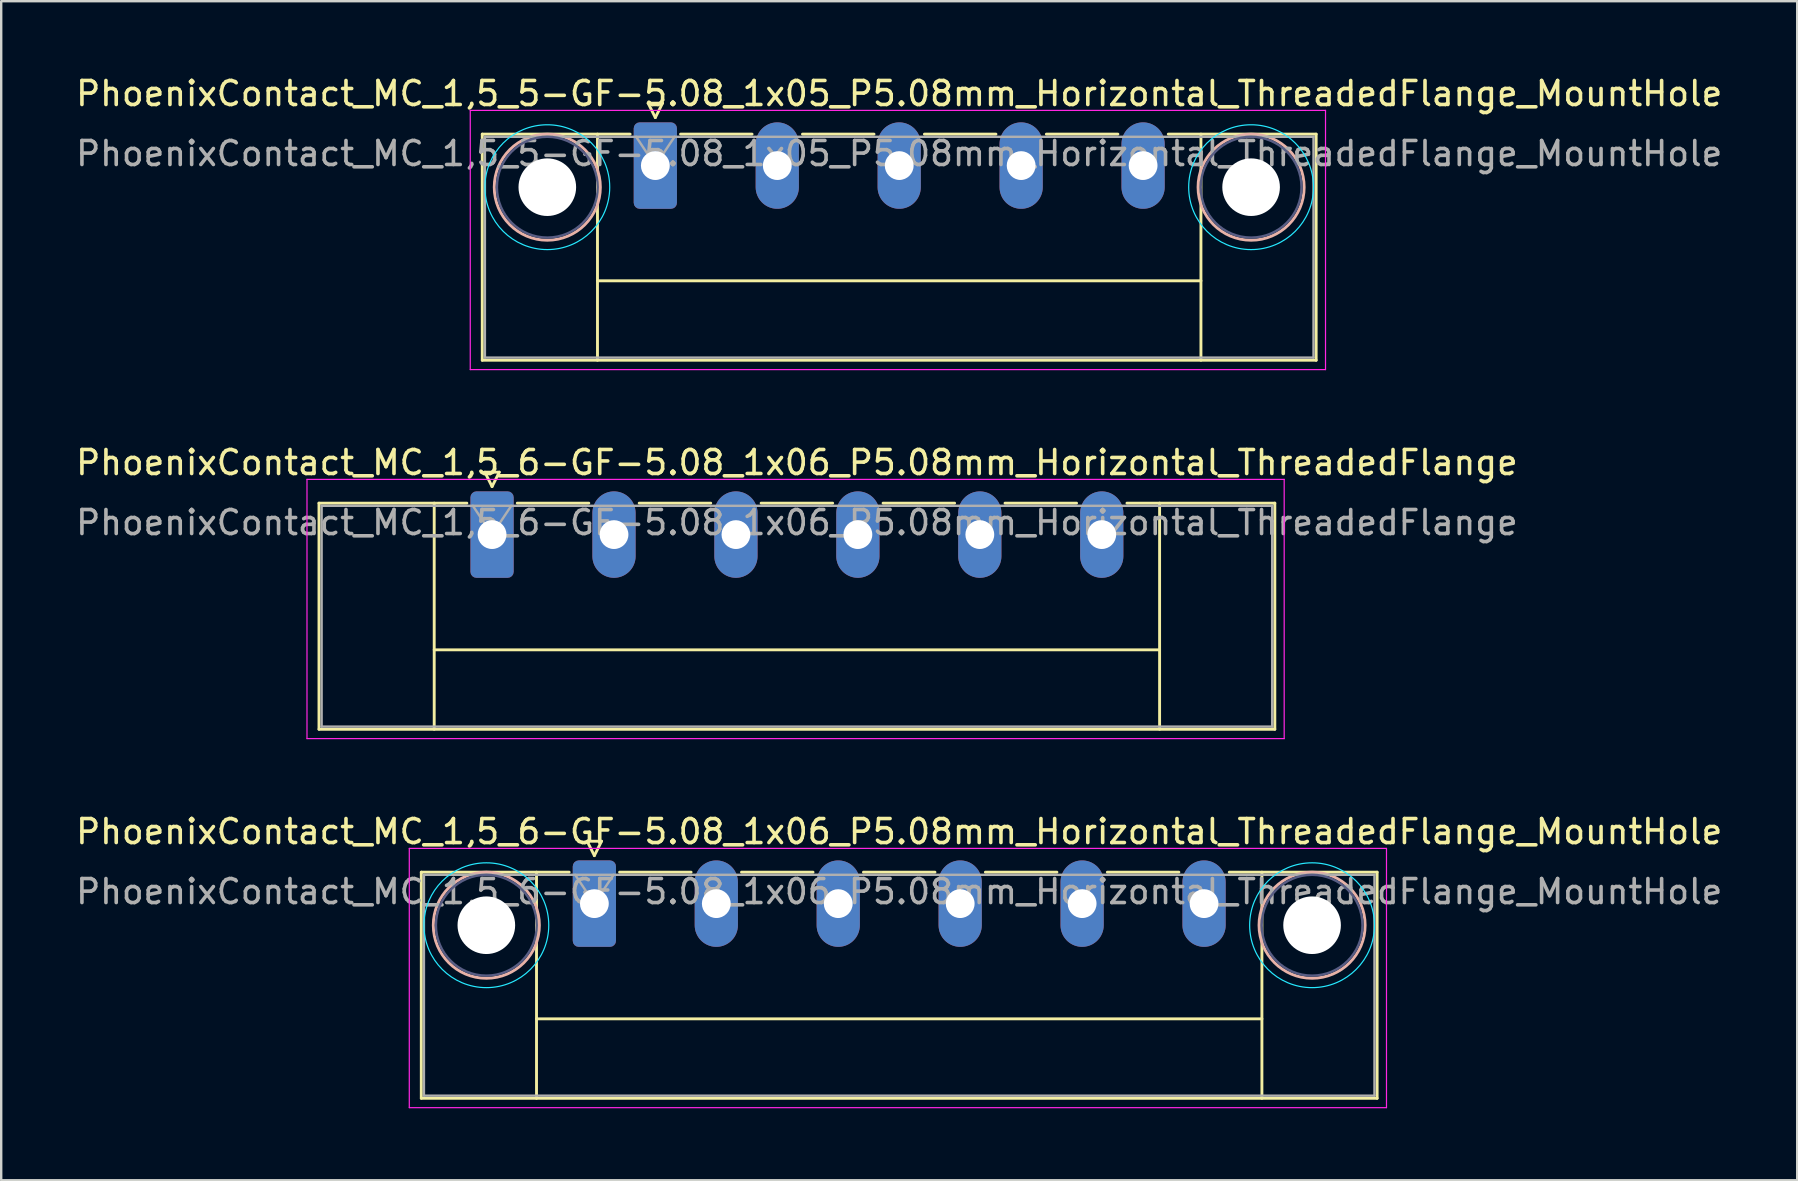
<source format=kicad_pcb>
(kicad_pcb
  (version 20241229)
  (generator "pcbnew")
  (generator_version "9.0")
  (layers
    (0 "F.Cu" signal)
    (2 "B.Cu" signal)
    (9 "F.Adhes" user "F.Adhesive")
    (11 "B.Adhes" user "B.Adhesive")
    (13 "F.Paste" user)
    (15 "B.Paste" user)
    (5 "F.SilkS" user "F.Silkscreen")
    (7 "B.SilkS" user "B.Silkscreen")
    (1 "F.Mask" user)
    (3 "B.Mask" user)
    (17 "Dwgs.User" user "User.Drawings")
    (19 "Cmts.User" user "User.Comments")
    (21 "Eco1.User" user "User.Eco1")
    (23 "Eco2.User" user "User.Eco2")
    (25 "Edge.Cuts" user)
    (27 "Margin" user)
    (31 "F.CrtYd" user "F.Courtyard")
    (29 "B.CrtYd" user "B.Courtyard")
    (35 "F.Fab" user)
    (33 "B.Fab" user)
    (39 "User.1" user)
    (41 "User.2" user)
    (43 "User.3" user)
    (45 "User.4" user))
  (footprint "PhoenixContact_MC_1,5_6-GF-5.08_1x06_P5.08mm_Horizontal_ThreadedFlange_MountHole"
    (layer "F.Cu")
    (at 21.711 34.595)
    (property "Reference" "PhoenixContact_MC_1,5_6-GF-5.08_1x06_P5.08mm_Horizontal_ThreadedFlange_MountHole" (at 12.7 -3 0) (layer "F.SilkS") (effects (font (size 1 1) (thickness 0.15))))
    (attr through_hole)
    (fp_line (start -7.21 -1.31) (end -7.21 8.11) (stroke (width 0.12) (type solid)) (layer "F.SilkS"))
    (fp_line (start -7.21 -1.31) (end -1.05 -1.31) (stroke (width 0.12) (type solid)) (layer "F.SilkS"))
    (fp_line (start -7.21 8.11) (end 32.61 8.11) (stroke (width 0.12) (type solid)) (layer "F.SilkS"))
    (fp_line (start -2.41 -1.31) (end -2.41 8.11) (stroke (width 0.12) (type solid)) (layer "F.SilkS"))
    (fp_line (start -2.41 4.8) (end 27.81 4.8) (stroke (width 0.12) (type solid)) (layer "F.SilkS"))
    (fp_line (start -0.3 -2.6) (end 0.3 -2.6) (stroke (width 0.12) (type solid)) (layer "F.SilkS"))
    (fp_line (start 0 -2) (end -0.3 -2.6) (stroke (width 0.12) (type solid)) (layer "F.SilkS"))
    (fp_line (start 0.3 -2.6) (end 0 -2) (stroke (width 0.12) (type solid)) (layer "F.SilkS"))
    (fp_line (start 1.05 -1.31) (end 4.03 -1.31) (stroke (width 0.12) (type solid)) (layer "F.SilkS"))
    (fp_line (start 6.13 -1.31) (end 9.11 -1.31) (stroke (width 0.12) (type solid)) (layer "F.SilkS"))
    (fp_line (start 11.21 -1.31) (end 14.19 -1.31) (stroke (width 0.12) (type solid)) (layer "F.SilkS"))
    (fp_line (start 16.29 -1.31) (end 19.27 -1.31) (stroke (width 0.12) (type solid)) (layer "F.SilkS"))
    (fp_line (start 21.37 -1.31) (end 24.35 -1.31) (stroke (width 0.12) (type solid)) (layer "F.SilkS"))
    (fp_line (start 27.81 -1.31) (end 27.81 8.11) (stroke (width 0.12) (type solid)) (layer "F.SilkS"))
    (fp_line (start 32.61 -1.31) (end 26.45 -1.31) (stroke (width 0.12) (type solid)) (layer "F.SilkS"))
    (fp_line (start 32.61 8.11) (end 32.61 -1.31) (stroke (width 0.12) (type solid)) (layer "F.SilkS"))
    (fp_circle (center -4.5 0.9) (end -2.29 0.9) (stroke (width 0.12) (type solid)) (fill no) (layer "B.SilkS"))
    (fp_circle (center 29.9 0.9) (end 32.11 0.9) (stroke (width 0.12) (type solid)) (fill no) (layer "B.SilkS"))
    (fp_circle (center -4.5 0.9) (end -1.9 0.9) (stroke (width 0.05) (type solid)) (fill no) (layer "B.CrtYd"))
    (fp_circle (center 29.9 0.9) (end 32.5 0.9) (stroke (width 0.05) (type solid)) (fill no) (layer "B.CrtYd"))
    (fp_line (start -7.71 -2.3) (end -7.71 8.5) (stroke (width 0.05) (type solid)) (layer "F.CrtYd"))
    (fp_line (start -7.71 8.5) (end 33 8.5) (stroke (width 0.05) (type solid)) (layer "F.CrtYd"))
    (fp_line (start 33 -2.3) (end -7.71 -2.3) (stroke (width 0.05) (type solid)) (layer "F.CrtYd"))
    (fp_line (start 33 8.5) (end 33 -2.3) (stroke (width 0.05) (type solid)) (layer "F.CrtYd"))
    (fp_circle (center -4.5 0.9) (end -2.4 0.9) (stroke (width 0.1) (type solid)) (fill no) (layer "B.Fab"))
    (fp_circle (center 29.9 0.9) (end 32 0.9) (stroke (width 0.1) (type solid)) (fill no) (layer "B.Fab"))
    (fp_line (start -7.1 -1.2) (end -7.1 8) (stroke (width 0.1) (type solid)) (layer "F.Fab"))
    (fp_line (start -7.1 8) (end 32.5 8) (stroke (width 0.1) (type solid)) (layer "F.Fab"))
    (fp_line (start 0 0) (end -0.8 -1.2) (stroke (width 0.1) (type solid)) (layer "F.Fab"))
    (fp_line (start 0.8 -1.2) (end 0 0) (stroke (width 0.1) (type solid)) (layer "F.Fab"))
    (fp_line (start 32.5 -1.2) (end -7.1 -1.2) (stroke (width 0.1) (type solid)) (layer "F.Fab"))
    (fp_line (start 32.5 8) (end 32.5 -1.2) (stroke (width 0.1) (type solid)) (layer "F.Fab"))
    (fp_text user "${REFERENCE}" (at 12.7 -0.5 0) (layer "F.Fab") (effects (font (size 1 1) (thickness 0.15))))
    (pad "" np_thru_hole circle (at -4.5 0.9) (size 2.4 2.4) (drill 2.4) (layers "*.Cu" "*.Mask"))
    (pad "" np_thru_hole circle (at 29.9 0.9) (size 2.4 2.4) (drill 2.4) (layers "*.Cu" "*.Mask"))
    (pad "1" thru_hole roundrect (at 0 0) (size 1.8 3.6) (drill 1.2) (layers "*.Cu" "*.Mask") (roundrect_rratio 0.139))
    (pad "2" thru_hole oval (at 5.08 0) (size 1.8 3.6) (drill 1.2) (layers "*.Cu" "*.Mask"))
    (pad "3" thru_hole oval (at 10.16 0) (size 1.8 3.6) (drill 1.2) (layers "*.Cu" "*.Mask"))
    (pad "4" thru_hole oval (at 15.24 0) (size 1.8 3.6) (drill 1.2) (layers "*.Cu" "*.Mask"))
    (pad "5" thru_hole oval (at 20.32 0) (size 1.8 3.6) (drill 1.2) (layers "*.Cu" "*.Mask"))
    (pad "6" thru_hole oval (at 25.4 0) (size 1.8 3.6) (drill 1.2) (layers "*.Cu" "*.Mask")))
  (footprint "PhoenixContact_MC_1,5_6-GF-5.08_1x06_P5.08mm_Horizontal_ThreadedFlange"
    (layer "F.Cu")
    (at 17.449 19.221)
    (property "Reference" "PhoenixContact_MC_1,5_6-GF-5.08_1x06_P5.08mm_Horizontal_ThreadedFlange" (at 12.7 -3 0) (layer "F.SilkS") (effects (font (size 1 1) (thickness 0.15))))
    (attr through_hole)
    (fp_line (start -7.21 -1.31) (end -7.21 8.11) (stroke (width 0.12) (type solid)) (layer "F.SilkS"))
    (fp_line (start -7.21 -1.31) (end -1.05 -1.31) (stroke (width 0.12) (type solid)) (layer "F.SilkS"))
    (fp_line (start -7.21 8.11) (end 32.61 8.11) (stroke (width 0.12) (type solid)) (layer "F.SilkS"))
    (fp_line (start -2.41 -1.31) (end -2.41 8.11) (stroke (width 0.12) (type solid)) (layer "F.SilkS"))
    (fp_line (start -2.41 4.8) (end 27.81 4.8) (stroke (width 0.12) (type solid)) (layer "F.SilkS"))
    (fp_line (start -0.3 -2.6) (end 0.3 -2.6) (stroke (width 0.12) (type solid)) (layer "F.SilkS"))
    (fp_line (start 0 -2) (end -0.3 -2.6) (stroke (width 0.12) (type solid)) (layer "F.SilkS"))
    (fp_line (start 0.3 -2.6) (end 0 -2) (stroke (width 0.12) (type solid)) (layer "F.SilkS"))
    (fp_line (start 1.05 -1.31) (end 4.03 -1.31) (stroke (width 0.12) (type solid)) (layer "F.SilkS"))
    (fp_line (start 6.13 -1.31) (end 9.11 -1.31) (stroke (width 0.12) (type solid)) (layer "F.SilkS"))
    (fp_line (start 11.21 -1.31) (end 14.19 -1.31) (stroke (width 0.12) (type solid)) (layer "F.SilkS"))
    (fp_line (start 16.29 -1.31) (end 19.27 -1.31) (stroke (width 0.12) (type solid)) (layer "F.SilkS"))
    (fp_line (start 21.37 -1.31) (end 24.35 -1.31) (stroke (width 0.12) (type solid)) (layer "F.SilkS"))
    (fp_line (start 27.81 -1.31) (end 27.81 8.11) (stroke (width 0.12) (type solid)) (layer "F.SilkS"))
    (fp_line (start 32.61 -1.31) (end 26.45 -1.31) (stroke (width 0.12) (type solid)) (layer "F.SilkS"))
    (fp_line (start 32.61 8.11) (end 32.61 -1.31) (stroke (width 0.12) (type solid)) (layer "F.SilkS"))
    (fp_line (start -7.71 -2.3) (end -7.71 8.5) (stroke (width 0.05) (type solid)) (layer "F.CrtYd"))
    (fp_line (start -7.71 8.5) (end 33 8.5) (stroke (width 0.05) (type solid)) (layer "F.CrtYd"))
    (fp_line (start 33 -2.3) (end -7.71 -2.3) (stroke (width 0.05) (type solid)) (layer "F.CrtYd"))
    (fp_line (start 33 8.5) (end 33 -2.3) (stroke (width 0.05) (type solid)) (layer "F.CrtYd"))
    (fp_line (start -7.1 -1.2) (end -7.1 8) (stroke (width 0.1) (type solid)) (layer "F.Fab"))
    (fp_line (start -7.1 8) (end 32.5 8) (stroke (width 0.1) (type solid)) (layer "F.Fab"))
    (fp_line (start 0 0) (end -0.8 -1.2) (stroke (width 0.1) (type solid)) (layer "F.Fab"))
    (fp_line (start 0.8 -1.2) (end 0 0) (stroke (width 0.1) (type solid)) (layer "F.Fab"))
    (fp_line (start 32.5 -1.2) (end -7.1 -1.2) (stroke (width 0.1) (type solid)) (layer "F.Fab"))
    (fp_line (start 32.5 8) (end 32.5 -1.2) (stroke (width 0.1) (type solid)) (layer "F.Fab"))
    (fp_text user "${REFERENCE}" (at 12.7 -0.5 0) (layer "F.Fab") (effects (font (size 1 1) (thickness 0.15))))
    (pad "1" thru_hole roundrect (at 0 0) (size 1.8 3.6) (drill 1.2) (layers "*.Cu" "*.Mask") (roundrect_rratio 0.139))
    (pad "2" thru_hole oval (at 5.08 0) (size 1.8 3.6) (drill 1.2) (layers "*.Cu" "*.Mask"))
    (pad "3" thru_hole oval (at 10.16 0) (size 1.8 3.6) (drill 1.2) (layers "*.Cu" "*.Mask"))
    (pad "4" thru_hole oval (at 15.24 0) (size 1.8 3.6) (drill 1.2) (layers "*.Cu" "*.Mask"))
    (pad "5" thru_hole oval (at 20.32 0) (size 1.8 3.6) (drill 1.2) (layers "*.Cu" "*.Mask"))
    (pad "6" thru_hole oval (at 25.4 0) (size 1.8 3.6) (drill 1.2) (layers "*.Cu" "*.Mask")))
  (footprint "PhoenixContact_MC_1,5_5-GF-5.08_1x05_P5.08mm_Horizontal_ThreadedFlange_MountHole"
    (layer "F.Cu")
    (at 24.251 3.848)
    (property "Reference" "PhoenixContact_MC_1,5_5-GF-5.08_1x05_P5.08mm_Horizontal_ThreadedFlange_MountHole" (at 10.16 -3 0) (layer "F.SilkS") (effects (font (size 1 1) (thickness 0.15))))
    (attr through_hole)
    (fp_line (start -7.21 -1.31) (end -7.21 8.11) (stroke (width 0.12) (type solid)) (layer "F.SilkS"))
    (fp_line (start -7.21 -1.31) (end -1.05 -1.31) (stroke (width 0.12) (type solid)) (layer "F.SilkS"))
    (fp_line (start -7.21 8.11) (end 27.53 8.11) (stroke (width 0.12) (type solid)) (layer "F.SilkS"))
    (fp_line (start -2.41 -1.31) (end -2.41 8.11) (stroke (width 0.12) (type solid)) (layer "F.SilkS"))
    (fp_line (start -2.41 4.8) (end 22.73 4.8) (stroke (width 0.12) (type solid)) (layer "F.SilkS"))
    (fp_line (start -0.3 -2.6) (end 0.3 -2.6) (stroke (width 0.12) (type solid)) (layer "F.SilkS"))
    (fp_line (start 0 -2) (end -0.3 -2.6) (stroke (width 0.12) (type solid)) (layer "F.SilkS"))
    (fp_line (start 0.3 -2.6) (end 0 -2) (stroke (width 0.12) (type solid)) (layer "F.SilkS"))
    (fp_line (start 1.05 -1.31) (end 4.03 -1.31) (stroke (width 0.12) (type solid)) (layer "F.SilkS"))
    (fp_line (start 6.13 -1.31) (end 9.11 -1.31) (stroke (width 0.12) (type solid)) (layer "F.SilkS"))
    (fp_line (start 11.21 -1.31) (end 14.19 -1.31) (stroke (width 0.12) (type solid)) (layer "F.SilkS"))
    (fp_line (start 16.29 -1.31) (end 19.27 -1.31) (stroke (width 0.12) (type solid)) (layer "F.SilkS"))
    (fp_line (start 22.73 -1.31) (end 22.73 8.11) (stroke (width 0.12) (type solid)) (layer "F.SilkS"))
    (fp_line (start 27.53 -1.31) (end 21.37 -1.31) (stroke (width 0.12) (type solid)) (layer "F.SilkS"))
    (fp_line (start 27.53 8.11) (end 27.53 -1.31) (stroke (width 0.12) (type solid)) (layer "F.SilkS"))
    (fp_circle (center -4.5 0.9) (end -2.29 0.9) (stroke (width 0.12) (type solid)) (fill no) (layer "B.SilkS"))
    (fp_circle (center 24.82 0.9) (end 27.03 0.9) (stroke (width 0.12) (type solid)) (fill no) (layer "B.SilkS"))
    (fp_circle (center -4.5 0.9) (end -1.9 0.9) (stroke (width 0.05) (type solid)) (fill no) (layer "B.CrtYd"))
    (fp_circle (center 24.82 0.9) (end 27.42 0.9) (stroke (width 0.05) (type solid)) (fill no) (layer "B.CrtYd"))
    (fp_line (start -7.71 -2.3) (end -7.71 8.5) (stroke (width 0.05) (type solid)) (layer "F.CrtYd"))
    (fp_line (start -7.71 8.5) (end 27.92 8.5) (stroke (width 0.05) (type solid)) (layer "F.CrtYd"))
    (fp_line (start 27.92 -2.3) (end -7.71 -2.3) (stroke (width 0.05) (type solid)) (layer "F.CrtYd"))
    (fp_line (start 27.92 8.5) (end 27.92 -2.3) (stroke (width 0.05) (type solid)) (layer "F.CrtYd"))
    (fp_circle (center -4.5 0.9) (end -2.4 0.9) (stroke (width 0.1) (type solid)) (fill no) (layer "B.Fab"))
    (fp_circle (center 24.82 0.9) (end 26.92 0.9) (stroke (width 0.1) (type solid)) (fill no) (layer "B.Fab"))
    (fp_line (start -7.1 -1.2) (end -7.1 8) (stroke (width 0.1) (type solid)) (layer "F.Fab"))
    (fp_line (start -7.1 8) (end 27.42 8) (stroke (width 0.1) (type solid)) (layer "F.Fab"))
    (fp_line (start 0 0) (end -0.8 -1.2) (stroke (width 0.1) (type solid)) (layer "F.Fab"))
    (fp_line (start 0.8 -1.2) (end 0 0) (stroke (width 0.1) (type solid)) (layer "F.Fab"))
    (fp_line (start 27.42 -1.2) (end -7.1 -1.2) (stroke (width 0.1) (type solid)) (layer "F.Fab"))
    (fp_line (start 27.42 8) (end 27.42 -1.2) (stroke (width 0.1) (type solid)) (layer "F.Fab"))
    (fp_text user "${REFERENCE}" (at 10.16 -0.5 0) (layer "F.Fab") (effects (font (size 1 1) (thickness 0.15))))
    (pad "" np_thru_hole circle (at -4.5 0.9) (size 2.4 2.4) (drill 2.4) (layers "*.Cu" "*.Mask"))
    (pad "" np_thru_hole circle (at 24.82 0.9) (size 2.4 2.4) (drill 2.4) (layers "*.Cu" "*.Mask"))
    (pad "1" thru_hole roundrect (at 0 0) (size 1.8 3.6) (drill 1.2) (layers "*.Cu" "*.Mask") (roundrect_rratio 0.139))
    (pad "2" thru_hole oval (at 5.08 0) (size 1.8 3.6) (drill 1.2) (layers "*.Cu" "*.Mask"))
    (pad "3" thru_hole oval (at 10.16 0) (size 1.8 3.6) (drill 1.2) (layers "*.Cu" "*.Mask"))
    (pad "4" thru_hole oval (at 15.24 0) (size 1.8 3.6) (drill 1.2) (layers "*.Cu" "*.Mask"))
    (pad "5" thru_hole oval (at 20.32 0) (size 1.8 3.6) (drill 1.2) (layers "*.Cu" "*.Mask")))
  (gr_rect
    (start -3 -3)
    (end 71.821 46.12)
    (stroke (width 0.1) (type default))
    (fill no)
    (layer "Edge.Cuts")))
</source>
